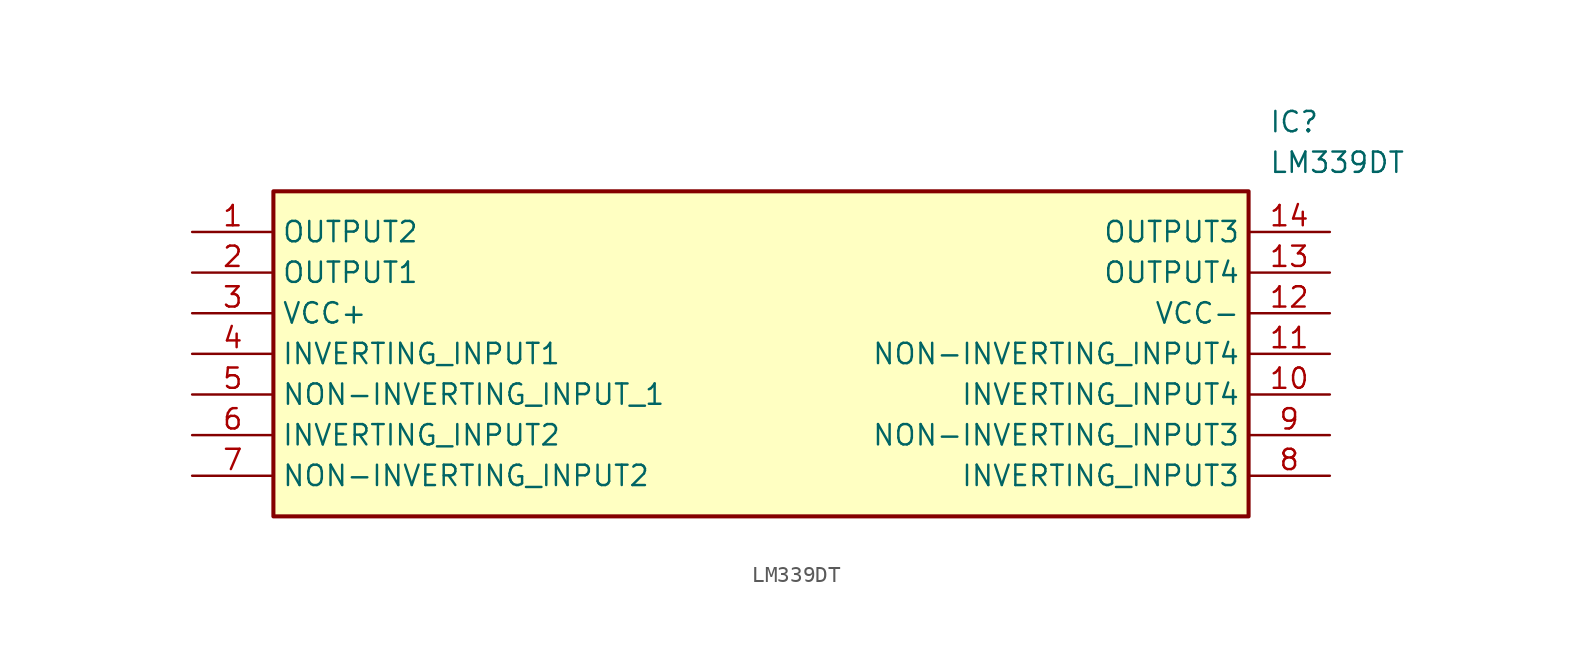
<source format=kicad_sym>
(kicad_symbol_lib
  (version 20211014)
  (generator SamacSys_ECAD_Model)
  (symbol "LM339DT"
    (property "Reference" "IC"
      (at 67.31 7.62 0)
      (effects (font (size 1.27 1.27)) (justify left top)))
    (property "Value" "LM339DT"
      (at 67.31 5.08 0)
      (effects (font (size 1.27 1.27)) (justify left top)))
    (rectangle
      (start 5.08 2.54)
      (end 66.04 -17.78)
      (stroke (width 0.254) (type default))
      (fill (type background)))
    (pin passive line
      (at 0 0 0)
      (length 5.08)
      (name "OUTPUT2" (effects (font (size 1.27 1.27))))
      (number "1" (effects (font (size 1.27 1.27)))))
    (pin passive line
      (at 0 -2.54 0)
      (length 5.08)
      (name "OUTPUT1" (effects (font (size 1.27 1.27))))
      (number "2" (effects (font (size 1.27 1.27)))))
    (pin passive line
      (at 0 -5.08 0)
      (length 5.08)
      (name "VCC+" (effects (font (size 1.27 1.27))))
      (number "3" (effects (font (size 1.27 1.27)))))
    (pin passive line
      (at 0 -7.62 0)
      (length 5.08)
      (name "INVERTING_INPUT1" (effects (font (size 1.27 1.27))))
      (number "4" (effects (font (size 1.27 1.27)))))
    (pin passive line
      (at 0 -10.16 0)
      (length 5.08)
      (name "NON-INVERTING_INPUT_1" (effects (font (size 1.27 1.27))))
      (number "5" (effects (font (size 1.27 1.27)))))
    (pin passive line
      (at 0 -12.7 0)
      (length 5.08)
      (name "INVERTING_INPUT2" (effects (font (size 1.27 1.27))))
      (number "6" (effects (font (size 1.27 1.27)))))
    (pin passive line
      (at 0 -15.24 0)
      (length 5.08)
      (name "NON-INVERTING_INPUT2" (effects (font (size 1.27 1.27))))
      (number "7" (effects (font (size 1.27 1.27)))))
    (pin passive line
      (at 71.12 0 180)
      (length 5.08)
      (name "OUTPUT3" (effects (font (size 1.27 1.27))))
      (number "14" (effects (font (size 1.27 1.27)))))
    (pin passive line
      (at 71.12 -2.54 180)
      (length 5.08)
      (name "OUTPUT4" (effects (font (size 1.27 1.27))))
      (number "13" (effects (font (size 1.27 1.27)))))
    (pin passive line
      (at 71.12 -5.08 180)
      (length 5.08)
      (name "VCC-" (effects (font (size 1.27 1.27))))
      (number "12" (effects (font (size 1.27 1.27)))))
    (pin passive line
      (at 71.12 -7.62 180)
      (length 5.08)
      (name "NON-INVERTING_INPUT4" (effects (font (size 1.27 1.27))))
      (number "11" (effects (font (size 1.27 1.27)))))
    (pin passive line
      (at 71.12 -10.16 180)
      (length 5.08)
      (name "INVERTING_INPUT4" (effects (font (size 1.27 1.27))))
      (number "10" (effects (font (size 1.27 1.27)))))
    (pin passive line
      (at 71.12 -12.7 180)
      (length 5.08)
      (name "NON-INVERTING_INPUT3" (effects (font (size 1.27 1.27))))
      (number "9" (effects (font (size 1.27 1.27)))))
    (pin passive line
      (at 71.12 -15.24 180)
      (length 5.08)
      (name "INVERTING_INPUT3" (effects (font (size 1.27 1.27))))
      (number "8" (effects (font (size 1.27 1.27)))))))
</source>
